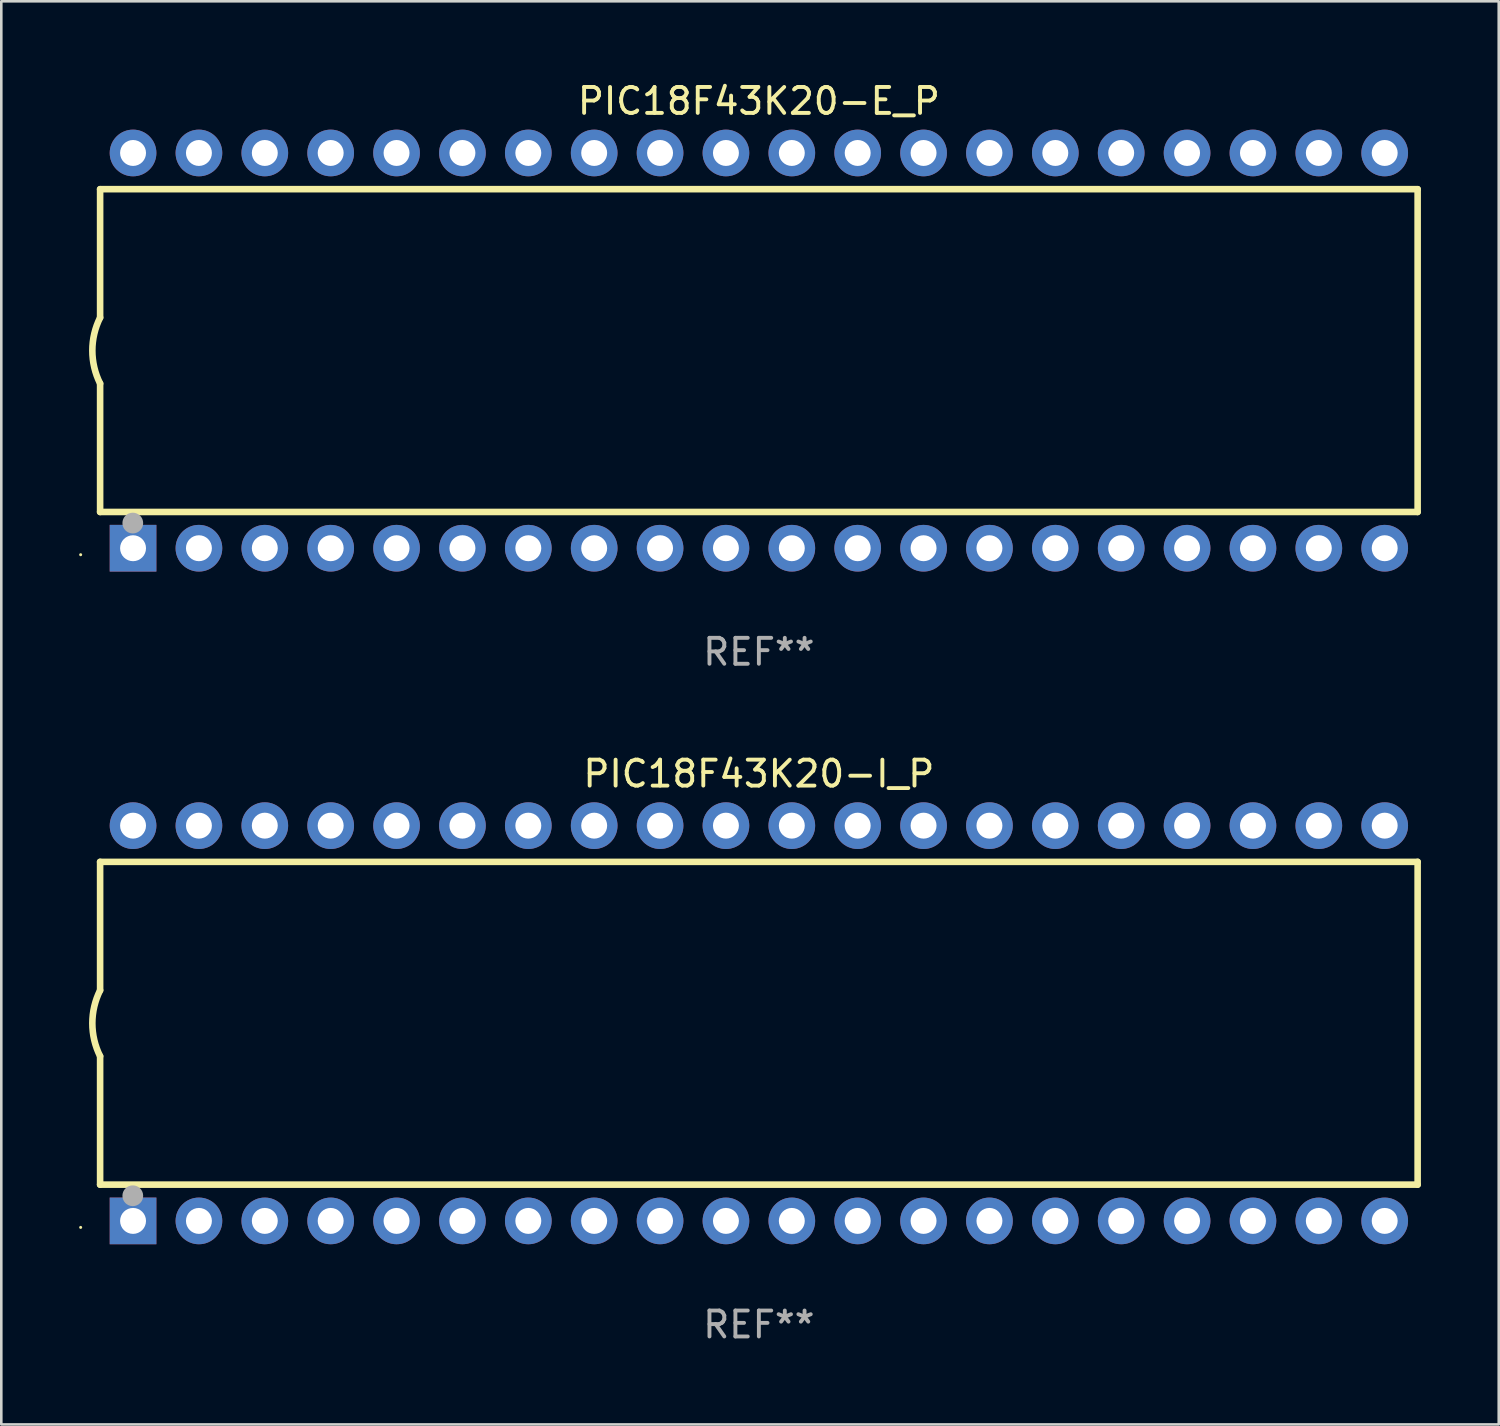
<source format=kicad_pcb>
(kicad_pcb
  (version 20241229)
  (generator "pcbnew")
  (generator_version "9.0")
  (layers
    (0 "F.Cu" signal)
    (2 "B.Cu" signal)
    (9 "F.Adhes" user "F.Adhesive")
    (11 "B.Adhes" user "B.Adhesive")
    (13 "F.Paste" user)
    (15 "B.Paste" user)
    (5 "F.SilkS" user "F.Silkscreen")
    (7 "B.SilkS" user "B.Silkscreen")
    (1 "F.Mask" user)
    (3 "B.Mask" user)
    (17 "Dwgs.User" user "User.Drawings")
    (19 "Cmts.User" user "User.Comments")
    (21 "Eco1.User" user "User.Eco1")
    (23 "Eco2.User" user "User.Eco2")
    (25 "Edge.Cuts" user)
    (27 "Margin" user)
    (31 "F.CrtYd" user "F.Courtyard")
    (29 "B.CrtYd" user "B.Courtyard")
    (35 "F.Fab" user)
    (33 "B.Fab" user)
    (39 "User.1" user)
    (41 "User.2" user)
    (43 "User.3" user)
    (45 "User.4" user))
  (footprint "PIC18F43K20-E_P"
    (layer "F.Cu")
    (at 26.21 10.468)
    (property "Reference" "PIC18F43K20-E_P" (at 0 -9.62 0) (layer "F.SilkS") (effects (font (size 1 1) (thickness 0.15))))
    (attr through_hole)
    (fp_line (start -25.4 -6.224) (end -25.4 -1.271) (stroke (width 0.254) (type solid)) (layer "F.SilkS"))
    (fp_line (start -25.4 -6.224) (end 25.4 -6.224) (stroke (width 0.254) (type solid)) (layer "F.SilkS"))
    (fp_line (start -25.4 1.269) (end -25.4 6.222) (stroke (width 0.254) (type solid)) (layer "F.SilkS"))
    (fp_line (start -25.4 6.222) (end 25.4 6.222) (stroke (width 0.254) (type solid)) (layer "F.SilkS"))
    (fp_line (start 25.4 6.222) (end 25.4 -6.224) (stroke (width 0.254) (type solid)) (layer "F.SilkS"))
    (fp_arc (start -25.4 1.269241) (mid -25.699807 -0.000762) (end -25.4 -1.270765) (stroke (width 0.254001) (type solid)) (layer "F.SilkS"))
    (fp_circle (center -26.15 7.87) (end -26.12 7.87) (stroke (width 0.06) (type solid)) (fill no) (layer "F.SilkS"))
    (fp_circle (center -24.14 6.65) (end -23.94 6.65) (stroke (width 0.4) (type solid)) (fill no) (layer "F.Fab"))
    (fp_text user "REF**" (at 0 11.62 0) (layer "F.Fab") (effects (font (size 1 1) (thickness 0.15))))
    (pad "1" thru_hole rect (at -24.13 7.62 90) (size 1.8 1.8) (drill 1) (layers "*.Cu" "*.Mask"))
    (pad "2" thru_hole circle (at -21.59 7.62) (size 1.8 1.8) (drill 1) (layers "*.Cu" "*.Mask"))
    (pad "3" thru_hole circle (at -19.05 7.62) (size 1.8 1.8) (drill 1) (layers "*.Cu" "*.Mask"))
    (pad "4" thru_hole circle (at -16.51 7.62) (size 1.8 1.8) (drill 1) (layers "*.Cu" "*.Mask"))
    (pad "5" thru_hole circle (at -13.97 7.62) (size 1.8 1.8) (drill 1) (layers "*.Cu" "*.Mask"))
    (pad "6" thru_hole circle (at -11.43 7.62) (size 1.8 1.8) (drill 1) (layers "*.Cu" "*.Mask"))
    (pad "7" thru_hole circle (at -8.89 7.62) (size 1.8 1.8) (drill 1) (layers "*.Cu" "*.Mask"))
    (pad "8" thru_hole circle (at -6.35 7.62) (size 1.8 1.8) (drill 1) (layers "*.Cu" "*.Mask"))
    (pad "9" thru_hole circle (at -3.81 7.62) (size 1.8 1.8) (drill 1) (layers "*.Cu" "*.Mask"))
    (pad "10" thru_hole circle (at -1.27 7.62) (size 1.8 1.8) (drill 1) (layers "*.Cu" "*.Mask"))
    (pad "11" thru_hole circle (at 1.27 7.62) (size 1.8 1.8) (drill 1) (layers "*.Cu" "*.Mask"))
    (pad "12" thru_hole circle (at 3.81 7.62) (size 1.8 1.8) (drill 1) (layers "*.Cu" "*.Mask"))
    (pad "13" thru_hole circle (at 6.35 7.62) (size 1.8 1.8) (drill 1) (layers "*.Cu" "*.Mask"))
    (pad "14" thru_hole circle (at 8.89 7.62) (size 1.8 1.8) (drill 1) (layers "*.Cu" "*.Mask"))
    (pad "15" thru_hole circle (at 11.43 7.62) (size 1.8 1.8) (drill 1) (layers "*.Cu" "*.Mask"))
    (pad "16" thru_hole circle (at 13.97 7.62) (size 1.8 1.8) (drill 1) (layers "*.Cu" "*.Mask"))
    (pad "17" thru_hole circle (at 16.51 7.62) (size 1.8 1.8) (drill 1) (layers "*.Cu" "*.Mask"))
    (pad "18" thru_hole circle (at 19.05 7.62) (size 1.8 1.8) (drill 1) (layers "*.Cu" "*.Mask"))
    (pad "19" thru_hole circle (at 21.59 7.62) (size 1.8 1.8) (drill 1) (layers "*.Cu" "*.Mask"))
    (pad "20" thru_hole circle (at 24.13 7.62) (size 1.8 1.8) (drill 1) (layers "*.Cu" "*.Mask"))
    (pad "21" thru_hole circle (at 24.13 -7.62) (size 1.8 1.8) (drill 1) (layers "*.Cu" "*.Mask"))
    (pad "22" thru_hole circle (at 21.59 -7.62) (size 1.8 1.8) (drill 1) (layers "*.Cu" "*.Mask"))
    (pad "23" thru_hole circle (at 19.05 -7.62) (size 1.8 1.8) (drill 1) (layers "*.Cu" "*.Mask"))
    (pad "24" thru_hole circle (at 16.51 -7.62) (size 1.8 1.8) (drill 1) (layers "*.Cu" "*.Mask"))
    (pad "25" thru_hole circle (at 13.97 -7.62) (size 1.8 1.8) (drill 1) (layers "*.Cu" "*.Mask"))
    (pad "26" thru_hole circle (at 11.43 -7.62) (size 1.8 1.8) (drill 1) (layers "*.Cu" "*.Mask"))
    (pad "27" thru_hole circle (at 8.89 -7.62) (size 1.8 1.8) (drill 1) (layers "*.Cu" "*.Mask"))
    (pad "28" thru_hole circle (at 6.35 -7.62) (size 1.8 1.8) (drill 1) (layers "*.Cu" "*.Mask"))
    (pad "29" thru_hole circle (at 3.81 -7.62) (size 1.8 1.8) (drill 1) (layers "*.Cu" "*.Mask"))
    (pad "30" thru_hole circle (at 1.27 -7.62) (size 1.8 1.8) (drill 1) (layers "*.Cu" "*.Mask"))
    (pad "31" thru_hole circle (at -1.27 -7.62) (size 1.8 1.8) (drill 1) (layers "*.Cu" "*.Mask"))
    (pad "32" thru_hole circle (at -3.81 -7.62) (size 1.8 1.8) (drill 1) (layers "*.Cu" "*.Mask"))
    (pad "33" thru_hole circle (at -6.35 -7.62) (size 1.8 1.8) (drill 1) (layers "*.Cu" "*.Mask"))
    (pad "34" thru_hole circle (at -8.89 -7.62) (size 1.8 1.8) (drill 1) (layers "*.Cu" "*.Mask"))
    (pad "35" thru_hole circle (at -11.43 -7.62) (size 1.8 1.8) (drill 1) (layers "*.Cu" "*.Mask"))
    (pad "36" thru_hole circle (at -13.97 -7.62) (size 1.8 1.8) (drill 1) (layers "*.Cu" "*.Mask"))
    (pad "37" thru_hole circle (at -16.51 -7.62) (size 1.8 1.8) (drill 1) (layers "*.Cu" "*.Mask"))
    (pad "38" thru_hole circle (at -19.05 -7.62) (size 1.8 1.8) (drill 1) (layers "*.Cu" "*.Mask"))
    (pad "39" thru_hole circle (at -21.59 -7.62) (size 1.8 1.8) (drill 1) (layers "*.Cu" "*.Mask"))
    (pad "40" thru_hole circle (at -24.13 -7.62) (size 1.8 1.8) (drill 1) (layers "*.Cu" "*.Mask")))
  (footprint "PIC18F43K20-I_P"
    (layer "F.Cu")
    (at 26.21 36.405)
    (property "Reference" "PIC18F43K20-I_P" (at 0 -9.62 0) (layer "F.SilkS") (effects (font (size 1 1) (thickness 0.15))))
    (attr through_hole)
    (fp_line (start -25.4 -6.224) (end -25.4 -1.271) (stroke (width 0.254) (type solid)) (layer "F.SilkS"))
    (fp_line (start -25.4 -6.224) (end 25.4 -6.224) (stroke (width 0.254) (type solid)) (layer "F.SilkS"))
    (fp_line (start -25.4 1.269) (end -25.4 6.222) (stroke (width 0.254) (type solid)) (layer "F.SilkS"))
    (fp_line (start -25.4 6.222) (end 25.4 6.222) (stroke (width 0.254) (type solid)) (layer "F.SilkS"))
    (fp_line (start 25.4 6.222) (end 25.4 -6.224) (stroke (width 0.254) (type solid)) (layer "F.SilkS"))
    (fp_arc (start -25.4 1.269241) (mid -25.699807 -0.000762) (end -25.4 -1.270765) (stroke (width 0.254001) (type solid)) (layer "F.SilkS"))
    (fp_circle (center -26.15 7.87) (end -26.12 7.87) (stroke (width 0.06) (type solid)) (fill no) (layer "F.SilkS"))
    (fp_circle (center -24.14 6.65) (end -23.94 6.65) (stroke (width 0.4) (type solid)) (fill no) (layer "F.Fab"))
    (fp_text user "REF**" (at 0 11.62 0) (layer "F.Fab") (effects (font (size 1 1) (thickness 0.15))))
    (pad "1" thru_hole rect (at -24.13 7.62 90) (size 1.8 1.8) (drill 1) (layers "*.Cu" "*.Mask"))
    (pad "2" thru_hole circle (at -21.59 7.62) (size 1.8 1.8) (drill 1) (layers "*.Cu" "*.Mask"))
    (pad "3" thru_hole circle (at -19.05 7.62) (size 1.8 1.8) (drill 1) (layers "*.Cu" "*.Mask"))
    (pad "4" thru_hole circle (at -16.51 7.62) (size 1.8 1.8) (drill 1) (layers "*.Cu" "*.Mask"))
    (pad "5" thru_hole circle (at -13.97 7.62) (size 1.8 1.8) (drill 1) (layers "*.Cu" "*.Mask"))
    (pad "6" thru_hole circle (at -11.43 7.62) (size 1.8 1.8) (drill 1) (layers "*.Cu" "*.Mask"))
    (pad "7" thru_hole circle (at -8.89 7.62) (size 1.8 1.8) (drill 1) (layers "*.Cu" "*.Mask"))
    (pad "8" thru_hole circle (at -6.35 7.62) (size 1.8 1.8) (drill 1) (layers "*.Cu" "*.Mask"))
    (pad "9" thru_hole circle (at -3.81 7.62) (size 1.8 1.8) (drill 1) (layers "*.Cu" "*.Mask"))
    (pad "10" thru_hole circle (at -1.27 7.62) (size 1.8 1.8) (drill 1) (layers "*.Cu" "*.Mask"))
    (pad "11" thru_hole circle (at 1.27 7.62) (size 1.8 1.8) (drill 1) (layers "*.Cu" "*.Mask"))
    (pad "12" thru_hole circle (at 3.81 7.62) (size 1.8 1.8) (drill 1) (layers "*.Cu" "*.Mask"))
    (pad "13" thru_hole circle (at 6.35 7.62) (size 1.8 1.8) (drill 1) (layers "*.Cu" "*.Mask"))
    (pad "14" thru_hole circle (at 8.89 7.62) (size 1.8 1.8) (drill 1) (layers "*.Cu" "*.Mask"))
    (pad "15" thru_hole circle (at 11.43 7.62) (size 1.8 1.8) (drill 1) (layers "*.Cu" "*.Mask"))
    (pad "16" thru_hole circle (at 13.97 7.62) (size 1.8 1.8) (drill 1) (layers "*.Cu" "*.Mask"))
    (pad "17" thru_hole circle (at 16.51 7.62) (size 1.8 1.8) (drill 1) (layers "*.Cu" "*.Mask"))
    (pad "18" thru_hole circle (at 19.05 7.62) (size 1.8 1.8) (drill 1) (layers "*.Cu" "*.Mask"))
    (pad "19" thru_hole circle (at 21.59 7.62) (size 1.8 1.8) (drill 1) (layers "*.Cu" "*.Mask"))
    (pad "20" thru_hole circle (at 24.13 7.62) (size 1.8 1.8) (drill 1) (layers "*.Cu" "*.Mask"))
    (pad "21" thru_hole circle (at 24.13 -7.62) (size 1.8 1.8) (drill 1) (layers "*.Cu" "*.Mask"))
    (pad "22" thru_hole circle (at 21.59 -7.62) (size 1.8 1.8) (drill 1) (layers "*.Cu" "*.Mask"))
    (pad "23" thru_hole circle (at 19.05 -7.62) (size 1.8 1.8) (drill 1) (layers "*.Cu" "*.Mask"))
    (pad "24" thru_hole circle (at 16.51 -7.62) (size 1.8 1.8) (drill 1) (layers "*.Cu" "*.Mask"))
    (pad "25" thru_hole circle (at 13.97 -7.62) (size 1.8 1.8) (drill 1) (layers "*.Cu" "*.Mask"))
    (pad "26" thru_hole circle (at 11.43 -7.62) (size 1.8 1.8) (drill 1) (layers "*.Cu" "*.Mask"))
    (pad "27" thru_hole circle (at 8.89 -7.62) (size 1.8 1.8) (drill 1) (layers "*.Cu" "*.Mask"))
    (pad "28" thru_hole circle (at 6.35 -7.62) (size 1.8 1.8) (drill 1) (layers "*.Cu" "*.Mask"))
    (pad "29" thru_hole circle (at 3.81 -7.62) (size 1.8 1.8) (drill 1) (layers "*.Cu" "*.Mask"))
    (pad "30" thru_hole circle (at 1.27 -7.62) (size 1.8 1.8) (drill 1) (layers "*.Cu" "*.Mask"))
    (pad "31" thru_hole circle (at -1.27 -7.62) (size 1.8 1.8) (drill 1) (layers "*.Cu" "*.Mask"))
    (pad "32" thru_hole circle (at -3.81 -7.62) (size 1.8 1.8) (drill 1) (layers "*.Cu" "*.Mask"))
    (pad "33" thru_hole circle (at -6.35 -7.62) (size 1.8 1.8) (drill 1) (layers "*.Cu" "*.Mask"))
    (pad "34" thru_hole circle (at -8.89 -7.62) (size 1.8 1.8) (drill 1) (layers "*.Cu" "*.Mask"))
    (pad "35" thru_hole circle (at -11.43 -7.62) (size 1.8 1.8) (drill 1) (layers "*.Cu" "*.Mask"))
    (pad "36" thru_hole circle (at -13.97 -7.62) (size 1.8 1.8) (drill 1) (layers "*.Cu" "*.Mask"))
    (pad "37" thru_hole circle (at -16.51 -7.62) (size 1.8 1.8) (drill 1) (layers "*.Cu" "*.Mask"))
    (pad "38" thru_hole circle (at -19.05 -7.62) (size 1.8 1.8) (drill 1) (layers "*.Cu" "*.Mask"))
    (pad "39" thru_hole circle (at -21.59 -7.62) (size 1.8 1.8) (drill 1) (layers "*.Cu" "*.Mask"))
    (pad "40" thru_hole circle (at -24.13 -7.62) (size 1.8 1.8) (drill 1) (layers "*.Cu" "*.Mask")))
  (gr_rect
    (start -3 -3)
    (end 54.737 51.873)
    (stroke (width 0.1) (type default))
    (fill no)
    (layer "Edge.Cuts")))
</source>
